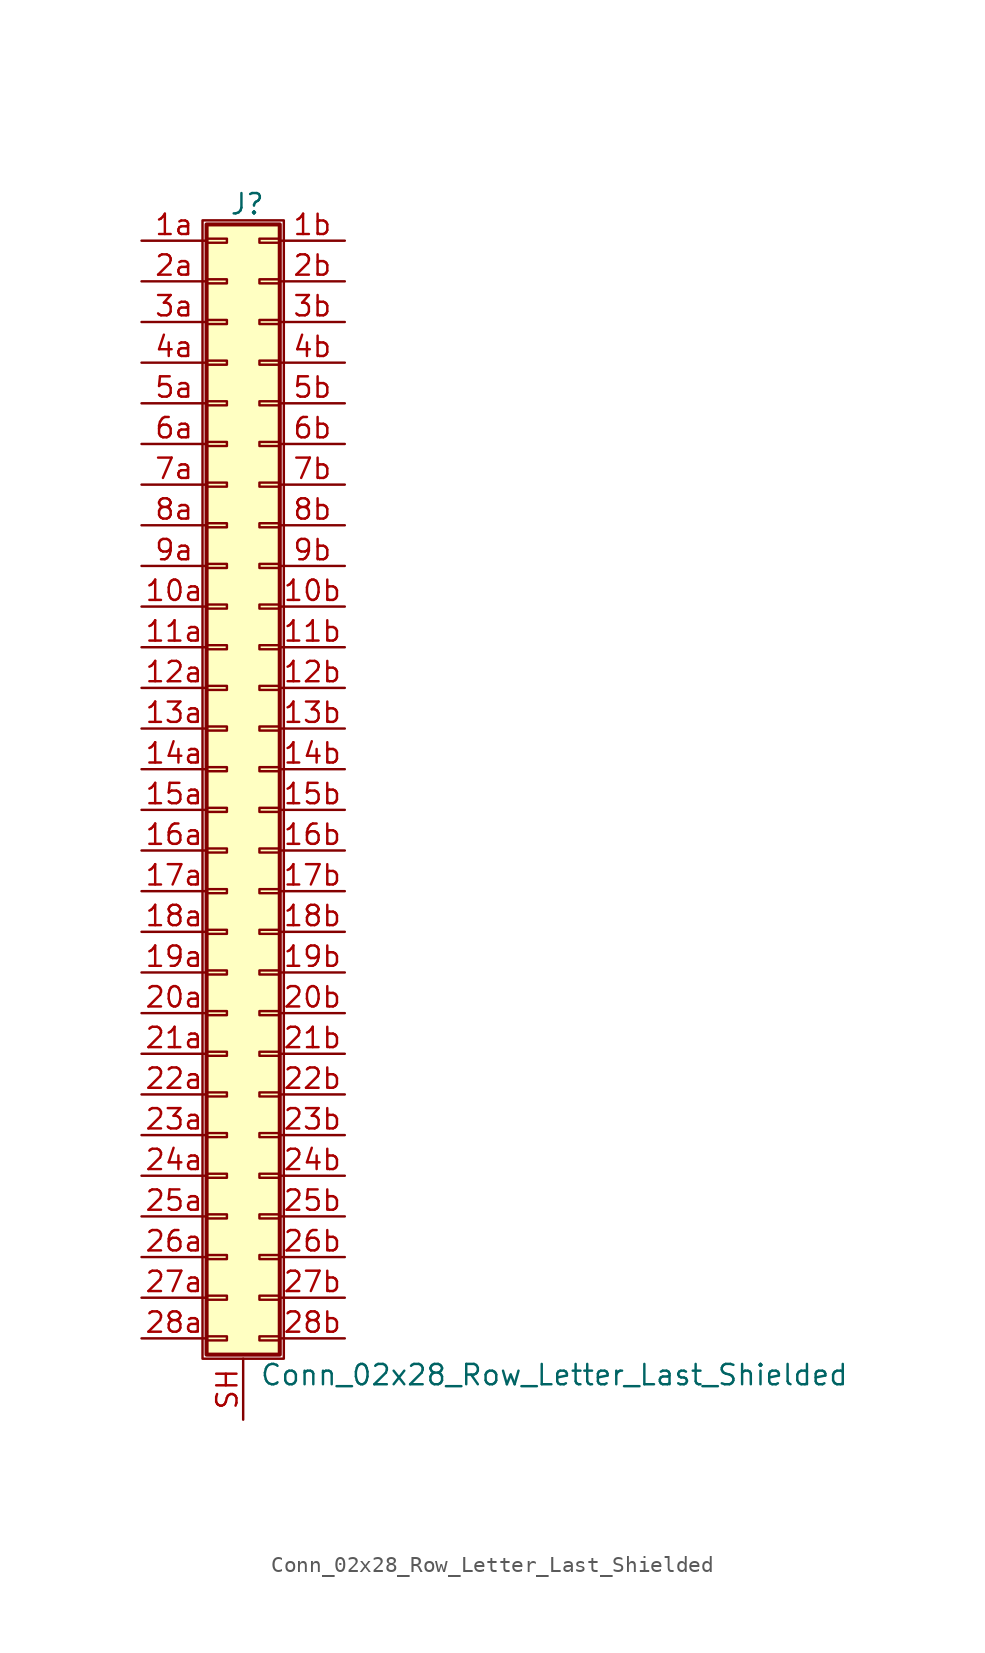
<source format=kicad_sym>
(kicad_symbol_lib
  (version 20201005)
  (generator kicad_symbol_editor)
  (symbol "Conn_02x28_Row_Letter_Last_Shielded"
    (pin_names
      (offset 1.016) hide)
    (property "Reference" "J"
      (at 1.524 35.306 0)
      (effects (font (size 1.27 1.27))))
    (property "Value" "Conn_02x28_Row_Letter_Last_Shielded"
      (at 2.286 -37.846 0)
      (effects (font (size 1.27 1.27)) (justify left)))
    (symbol "Conn_02x28_Row_Letter_Last_Shielded_1_1"
      (rectangle (start -1.27 34.29) (end 3.81 -36.83) (stroke (width 0.152)) (fill (type none)))
      (rectangle (start -1.016 -35.433) (end 0.254 -35.687) (stroke (width 0.152)) (fill (type none)))
      (rectangle (start -1.016 -32.893) (end 0.254 -33.147) (stroke (width 0.152)) (fill (type none)))
      (rectangle (start -1.016 -30.353) (end 0.254 -30.607) (stroke (width 0.152)) (fill (type none)))
      (rectangle (start -1.016 -27.813) (end 0.254 -28.067) (stroke (width 0.152)) (fill (type none)))
      (rectangle (start -1.016 -25.273) (end 0.254 -25.527) (stroke (width 0.152)) (fill (type none)))
      (rectangle (start -1.016 -22.733) (end 0.254 -22.987) (stroke (width 0.152)) (fill (type none)))
      (rectangle (start -1.016 -20.193) (end 0.254 -20.447) (stroke (width 0.152)) (fill (type none)))
      (rectangle (start -1.016 -17.653) (end 0.254 -17.907) (stroke (width 0.152)) (fill (type none)))
      (rectangle (start -1.016 -15.113) (end 0.254 -15.367) (stroke (width 0.152)) (fill (type none)))
      (rectangle (start -1.016 -12.573) (end 0.254 -12.827) (stroke (width 0.152)) (fill (type none)))
      (rectangle (start -1.016 -10.033) (end 0.254 -10.287) (stroke (width 0.152)) (fill (type none)))
      (rectangle (start -1.016 -7.493) (end 0.254 -7.747) (stroke (width 0.152)) (fill (type none)))
      (rectangle (start -1.016 -4.953) (end 0.254 -5.207) (stroke (width 0.152)) (fill (type none)))
      (rectangle (start -1.016 -2.413) (end 0.254 -2.667) (stroke (width 0.152)) (fill (type none)))
      (rectangle (start -1.016 0.127) (end 0.254 -0.127) (stroke (width 0.152)) (fill (type none)))
      (rectangle (start -1.016 2.667) (end 0.254 2.413) (stroke (width 0.152)) (fill (type none)))
      (rectangle (start -1.016 5.207) (end 0.254 4.953) (stroke (width 0.152)) (fill (type none)))
      (rectangle (start -1.016 7.747) (end 0.254 7.493) (stroke (width 0.152)) (fill (type none)))
      (rectangle (start -1.016 10.287) (end 0.254 10.033) (stroke (width 0.152)) (fill (type none)))
      (rectangle (start -1.016 12.827) (end 0.254 12.573) (stroke (width 0.152)) (fill (type none)))
      (rectangle (start -1.016 15.367) (end 0.254 15.113) (stroke (width 0.152)) (fill (type none)))
      (rectangle (start -1.016 17.907) (end 0.254 17.653) (stroke (width 0.152)) (fill (type none)))
      (rectangle (start -1.016 20.447) (end 0.254 20.193) (stroke (width 0.152)) (fill (type none)))
      (rectangle (start -1.016 22.987) (end 0.254 22.733) (stroke (width 0.152)) (fill (type none)))
      (rectangle (start -1.016 25.527) (end 0.254 25.273) (stroke (width 0.152)) (fill (type none)))
      (rectangle (start -1.016 28.067) (end 0.254 27.813) (stroke (width 0.152)) (fill (type none)))
      (rectangle (start -1.016 30.607) (end 0.254 30.353) (stroke (width 0.152)) (fill (type none)))
      (rectangle (start -1.016 33.147) (end 0.254 32.893) (stroke (width 0.152)) (fill (type none)))
      (rectangle (start 3.556 -35.433) (end 2.286 -35.687) (stroke (width 0.152)) (fill (type none)))
      (rectangle (start 3.556 -32.893) (end 2.286 -33.147) (stroke (width 0.152)) (fill (type none)))
      (rectangle (start 3.556 -30.353) (end 2.286 -30.607) (stroke (width 0.152)) (fill (type none)))
      (rectangle (start 3.556 -27.813) (end 2.286 -28.067) (stroke (width 0.152)) (fill (type none)))
      (rectangle (start 3.556 -25.273) (end 2.286 -25.527) (stroke (width 0.152)) (fill (type none)))
      (rectangle (start 3.556 -22.733) (end 2.286 -22.987) (stroke (width 0.152)) (fill (type none)))
      (rectangle (start 3.556 -20.193) (end 2.286 -20.447) (stroke (width 0.152)) (fill (type none)))
      (rectangle (start 3.556 -17.653) (end 2.286 -17.907) (stroke (width 0.152)) (fill (type none)))
      (rectangle (start 3.556 -15.113) (end 2.286 -15.367) (stroke (width 0.152)) (fill (type none)))
      (rectangle (start 3.556 -12.573) (end 2.286 -12.827) (stroke (width 0.152)) (fill (type none)))
      (rectangle (start 3.556 -10.033) (end 2.286 -10.287) (stroke (width 0.152)) (fill (type none)))
      (rectangle (start 3.556 -7.493) (end 2.286 -7.747) (stroke (width 0.152)) (fill (type none)))
      (rectangle (start 3.556 -4.953) (end 2.286 -5.207) (stroke (width 0.152)) (fill (type none)))
      (rectangle (start 3.556 -2.413) (end 2.286 -2.667) (stroke (width 0.152)) (fill (type none)))
      (rectangle (start 3.556 0.127) (end 2.286 -0.127) (stroke (width 0.152)) (fill (type none)))
      (rectangle (start 3.556 2.667) (end 2.286 2.413) (stroke (width 0.152)) (fill (type none)))
      (rectangle (start 3.556 5.207) (end 2.286 4.953) (stroke (width 0.152)) (fill (type none)))
      (rectangle (start 3.556 7.747) (end 2.286 7.493) (stroke (width 0.152)) (fill (type none)))
      (rectangle (start 3.556 10.287) (end 2.286 10.033) (stroke (width 0.152)) (fill (type none)))
      (rectangle (start 3.556 12.827) (end 2.286 12.573) (stroke (width 0.152)) (fill (type none)))
      (rectangle (start 3.556 15.367) (end 2.286 15.113) (stroke (width 0.152)) (fill (type none)))
      (rectangle (start 3.556 17.907) (end 2.286 17.653) (stroke (width 0.152)) (fill (type none)))
      (rectangle (start 3.556 20.447) (end 2.286 20.193) (stroke (width 0.152)) (fill (type none)))
      (rectangle (start 3.556 22.987) (end 2.286 22.733) (stroke (width 0.152)) (fill (type none)))
      (rectangle (start 3.556 25.527) (end 2.286 25.273) (stroke (width 0.152)) (fill (type none)))
      (rectangle (start 3.556 28.067) (end 2.286 27.813) (stroke (width 0.152)) (fill (type none)))
      (rectangle (start 3.556 30.607) (end 2.286 30.353) (stroke (width 0.152)) (fill (type none)))
      (rectangle (start 3.556 33.147) (end 2.286 32.893) (stroke (width 0.152)) (fill (type none)))
      (rectangle (start -1.016 34.036) (end 3.556 -36.576) (stroke (width 0.254)) (fill (type background)))
      (pin passive line (at -5.08 10.16 0) (length 4.064) (name "Pin_10a" (effects (font (size 1.27 1.27)))) (number "10a" (effects (font (size 1.27 1.27)))))
      (pin passive line (at 7.62 10.16 180) (length 4.064) (name "Pin_10b" (effects (font (size 1.27 1.27)))) (number "10b" (effects (font (size 1.27 1.27)))))
      (pin passive line (at -5.08 7.62 0) (length 4.064) (name "Pin_11a" (effects (font (size 1.27 1.27)))) (number "11a" (effects (font (size 1.27 1.27)))))
      (pin passive line (at 7.62 7.62 180) (length 4.064) (name "Pin_11b" (effects (font (size 1.27 1.27)))) (number "11b" (effects (font (size 1.27 1.27)))))
      (pin passive line (at -5.08 5.08 0) (length 4.064) (name "Pin_12a" (effects (font (size 1.27 1.27)))) (number "12a" (effects (font (size 1.27 1.27)))))
      (pin passive line (at 7.62 5.08 180) (length 4.064) (name "Pin_12b" (effects (font (size 1.27 1.27)))) (number "12b" (effects (font (size 1.27 1.27)))))
      (pin passive line (at -5.08 2.54 0) (length 4.064) (name "Pin_13a" (effects (font (size 1.27 1.27)))) (number "13a" (effects (font (size 1.27 1.27)))))
      (pin passive line (at 7.62 2.54 180) (length 4.064) (name "Pin_13b" (effects (font (size 1.27 1.27)))) (number "13b" (effects (font (size 1.27 1.27)))))
      (pin passive line (at -5.08 0 0) (length 4.064) (name "Pin_14a" (effects (font (size 1.27 1.27)))) (number "14a" (effects (font (size 1.27 1.27)))))
      (pin passive line (at 7.62 0 180) (length 4.064) (name "Pin_14b" (effects (font (size 1.27 1.27)))) (number "14b" (effects (font (size 1.27 1.27)))))
      (pin passive line (at -5.08 -2.54 0) (length 4.064) (name "Pin_15a" (effects (font (size 1.27 1.27)))) (number "15a" (effects (font (size 1.27 1.27)))))
      (pin passive line (at 7.62 -2.54 180) (length 4.064) (name "Pin_15b" (effects (font (size 1.27 1.27)))) (number "15b" (effects (font (size 1.27 1.27)))))
      (pin passive line (at -5.08 -5.08 0) (length 4.064) (name "Pin_16a" (effects (font (size 1.27 1.27)))) (number "16a" (effects (font (size 1.27 1.27)))))
      (pin passive line (at 7.62 -5.08 180) (length 4.064) (name "Pin_16b" (effects (font (size 1.27 1.27)))) (number "16b" (effects (font (size 1.27 1.27)))))
      (pin passive line (at -5.08 -7.62 0) (length 4.064) (name "Pin_17a" (effects (font (size 1.27 1.27)))) (number "17a" (effects (font (size 1.27 1.27)))))
      (pin passive line (at 7.62 -7.62 180) (length 4.064) (name "Pin_17b" (effects (font (size 1.27 1.27)))) (number "17b" (effects (font (size 1.27 1.27)))))
      (pin passive line (at -5.08 -10.16 0) (length 4.064) (name "Pin_18a" (effects (font (size 1.27 1.27)))) (number "18a" (effects (font (size 1.27 1.27)))))
      (pin passive line (at 7.62 -10.16 180) (length 4.064) (name "Pin_18b" (effects (font (size 1.27 1.27)))) (number "18b" (effects (font (size 1.27 1.27)))))
      (pin passive line (at -5.08 -12.7 0) (length 4.064) (name "Pin_19a" (effects (font (size 1.27 1.27)))) (number "19a" (effects (font (size 1.27 1.27)))))
      (pin passive line (at 7.62 -12.7 180) (length 4.064) (name "Pin_19b" (effects (font (size 1.27 1.27)))) (number "19b" (effects (font (size 1.27 1.27)))))
      (pin passive line (at -5.08 33.02 0) (length 4.064) (name "Pin_1a" (effects (font (size 1.27 1.27)))) (number "1a" (effects (font (size 1.27 1.27)))))
      (pin passive line (at 7.62 33.02 180) (length 4.064) (name "Pin_1b" (effects (font (size 1.27 1.27)))) (number "1b" (effects (font (size 1.27 1.27)))))
      (pin passive line (at -5.08 -15.24 0) (length 4.064) (name "Pin_20a" (effects (font (size 1.27 1.27)))) (number "20a" (effects (font (size 1.27 1.27)))))
      (pin passive line (at 7.62 -15.24 180) (length 4.064) (name "Pin_20b" (effects (font (size 1.27 1.27)))) (number "20b" (effects (font (size 1.27 1.27)))))
      (pin passive line (at -5.08 -17.78 0) (length 4.064) (name "Pin_21a" (effects (font (size 1.27 1.27)))) (number "21a" (effects (font (size 1.27 1.27)))))
      (pin passive line (at 7.62 -17.78 180) (length 4.064) (name "Pin_21b" (effects (font (size 1.27 1.27)))) (number "21b" (effects (font (size 1.27 1.27)))))
      (pin passive line (at -5.08 -20.32 0) (length 4.064) (name "Pin_22a" (effects (font (size 1.27 1.27)))) (number "22a" (effects (font (size 1.27 1.27)))))
      (pin passive line (at 7.62 -20.32 180) (length 4.064) (name "Pin_22b" (effects (font (size 1.27 1.27)))) (number "22b" (effects (font (size 1.27 1.27)))))
      (pin passive line (at -5.08 -22.86 0) (length 4.064) (name "Pin_23a" (effects (font (size 1.27 1.27)))) (number "23a" (effects (font (size 1.27 1.27)))))
      (pin passive line (at 7.62 -22.86 180) (length 4.064) (name "Pin_23b" (effects (font (size 1.27 1.27)))) (number "23b" (effects (font (size 1.27 1.27)))))
      (pin passive line (at -5.08 -25.4 0) (length 4.064) (name "Pin_24a" (effects (font (size 1.27 1.27)))) (number "24a" (effects (font (size 1.27 1.27)))))
      (pin passive line (at 7.62 -25.4 180) (length 4.064) (name "Pin_24b" (effects (font (size 1.27 1.27)))) (number "24b" (effects (font (size 1.27 1.27)))))
      (pin passive line (at -5.08 -27.94 0) (length 4.064) (name "Pin_25a" (effects (font (size 1.27 1.27)))) (number "25a" (effects (font (size 1.27 1.27)))))
      (pin passive line (at 7.62 -27.94 180) (length 4.064) (name "Pin_25b" (effects (font (size 1.27 1.27)))) (number "25b" (effects (font (size 1.27 1.27)))))
      (pin passive line (at -5.08 -30.48 0) (length 4.064) (name "Pin_26a" (effects (font (size 1.27 1.27)))) (number "26a" (effects (font (size 1.27 1.27)))))
      (pin passive line (at 7.62 -30.48 180) (length 4.064) (name "Pin_26b" (effects (font (size 1.27 1.27)))) (number "26b" (effects (font (size 1.27 1.27)))))
      (pin passive line (at -5.08 -33.02 0) (length 4.064) (name "Pin_27a" (effects (font (size 1.27 1.27)))) (number "27a" (effects (font (size 1.27 1.27)))))
      (pin passive line (at 7.62 -33.02 180) (length 4.064) (name "Pin_27b" (effects (font (size 1.27 1.27)))) (number "27b" (effects (font (size 1.27 1.27)))))
      (pin passive line (at -5.08 -35.56 0) (length 4.064) (name "Pin_28a" (effects (font (size 1.27 1.27)))) (number "28a" (effects (font (size 1.27 1.27)))))
      (pin passive line (at 7.62 -35.56 180) (length 4.064) (name "Pin_28b" (effects (font (size 1.27 1.27)))) (number "28b" (effects (font (size 1.27 1.27)))))
      (pin passive line (at -5.08 30.48 0) (length 4.064) (name "Pin_2a" (effects (font (size 1.27 1.27)))) (number "2a" (effects (font (size 1.27 1.27)))))
      (pin passive line (at 7.62 30.48 180) (length 4.064) (name "Pin_2b" (effects (font (size 1.27 1.27)))) (number "2b" (effects (font (size 1.27 1.27)))))
      (pin passive line (at -5.08 27.94 0) (length 4.064) (name "Pin_3a" (effects (font (size 1.27 1.27)))) (number "3a" (effects (font (size 1.27 1.27)))))
      (pin passive line (at 7.62 27.94 180) (length 4.064) (name "Pin_3b" (effects (font (size 1.27 1.27)))) (number "3b" (effects (font (size 1.27 1.27)))))
      (pin passive line (at -5.08 25.4 0) (length 4.064) (name "Pin_4a" (effects (font (size 1.27 1.27)))) (number "4a" (effects (font (size 1.27 1.27)))))
      (pin passive line (at 7.62 25.4 180) (length 4.064) (name "Pin_4b" (effects (font (size 1.27 1.27)))) (number "4b" (effects (font (size 1.27 1.27)))))
      (pin passive line (at -5.08 22.86 0) (length 4.064) (name "Pin_5a" (effects (font (size 1.27 1.27)))) (number "5a" (effects (font (size 1.27 1.27)))))
      (pin passive line (at 7.62 22.86 180) (length 4.064) (name "Pin_5b" (effects (font (size 1.27 1.27)))) (number "5b" (effects (font (size 1.27 1.27)))))
      (pin passive line (at -5.08 20.32 0) (length 4.064) (name "Pin_6a" (effects (font (size 1.27 1.27)))) (number "6a" (effects (font (size 1.27 1.27)))))
      (pin passive line (at 7.62 20.32 180) (length 4.064) (name "Pin_6b" (effects (font (size 1.27 1.27)))) (number "6b" (effects (font (size 1.27 1.27)))))
      (pin passive line (at -5.08 17.78 0) (length 4.064) (name "Pin_7a" (effects (font (size 1.27 1.27)))) (number "7a" (effects (font (size 1.27 1.27)))))
      (pin passive line (at 7.62 17.78 180) (length 4.064) (name "Pin_7b" (effects (font (size 1.27 1.27)))) (number "7b" (effects (font (size 1.27 1.27)))))
      (pin passive line (at -5.08 15.24 0) (length 4.064) (name "Pin_8a" (effects (font (size 1.27 1.27)))) (number "8a" (effects (font (size 1.27 1.27)))))
      (pin passive line (at 7.62 15.24 180) (length 4.064) (name "Pin_8b" (effects (font (size 1.27 1.27)))) (number "8b" (effects (font (size 1.27 1.27)))))
      (pin passive line (at -5.08 12.7 0) (length 4.064) (name "Pin_9a" (effects (font (size 1.27 1.27)))) (number "9a" (effects (font (size 1.27 1.27)))))
      (pin passive line (at 7.62 12.7 180) (length 4.064) (name "Pin_9b" (effects (font (size 1.27 1.27)))) (number "9b" (effects (font (size 1.27 1.27)))))
      (pin passive line (at 1.27 -40.64 90) (length 3.81) (name "Shield" (effects (font (size 1.27 1.27)))) (number "SH" (effects (font (size 1.27 1.27))))))))
</source>
